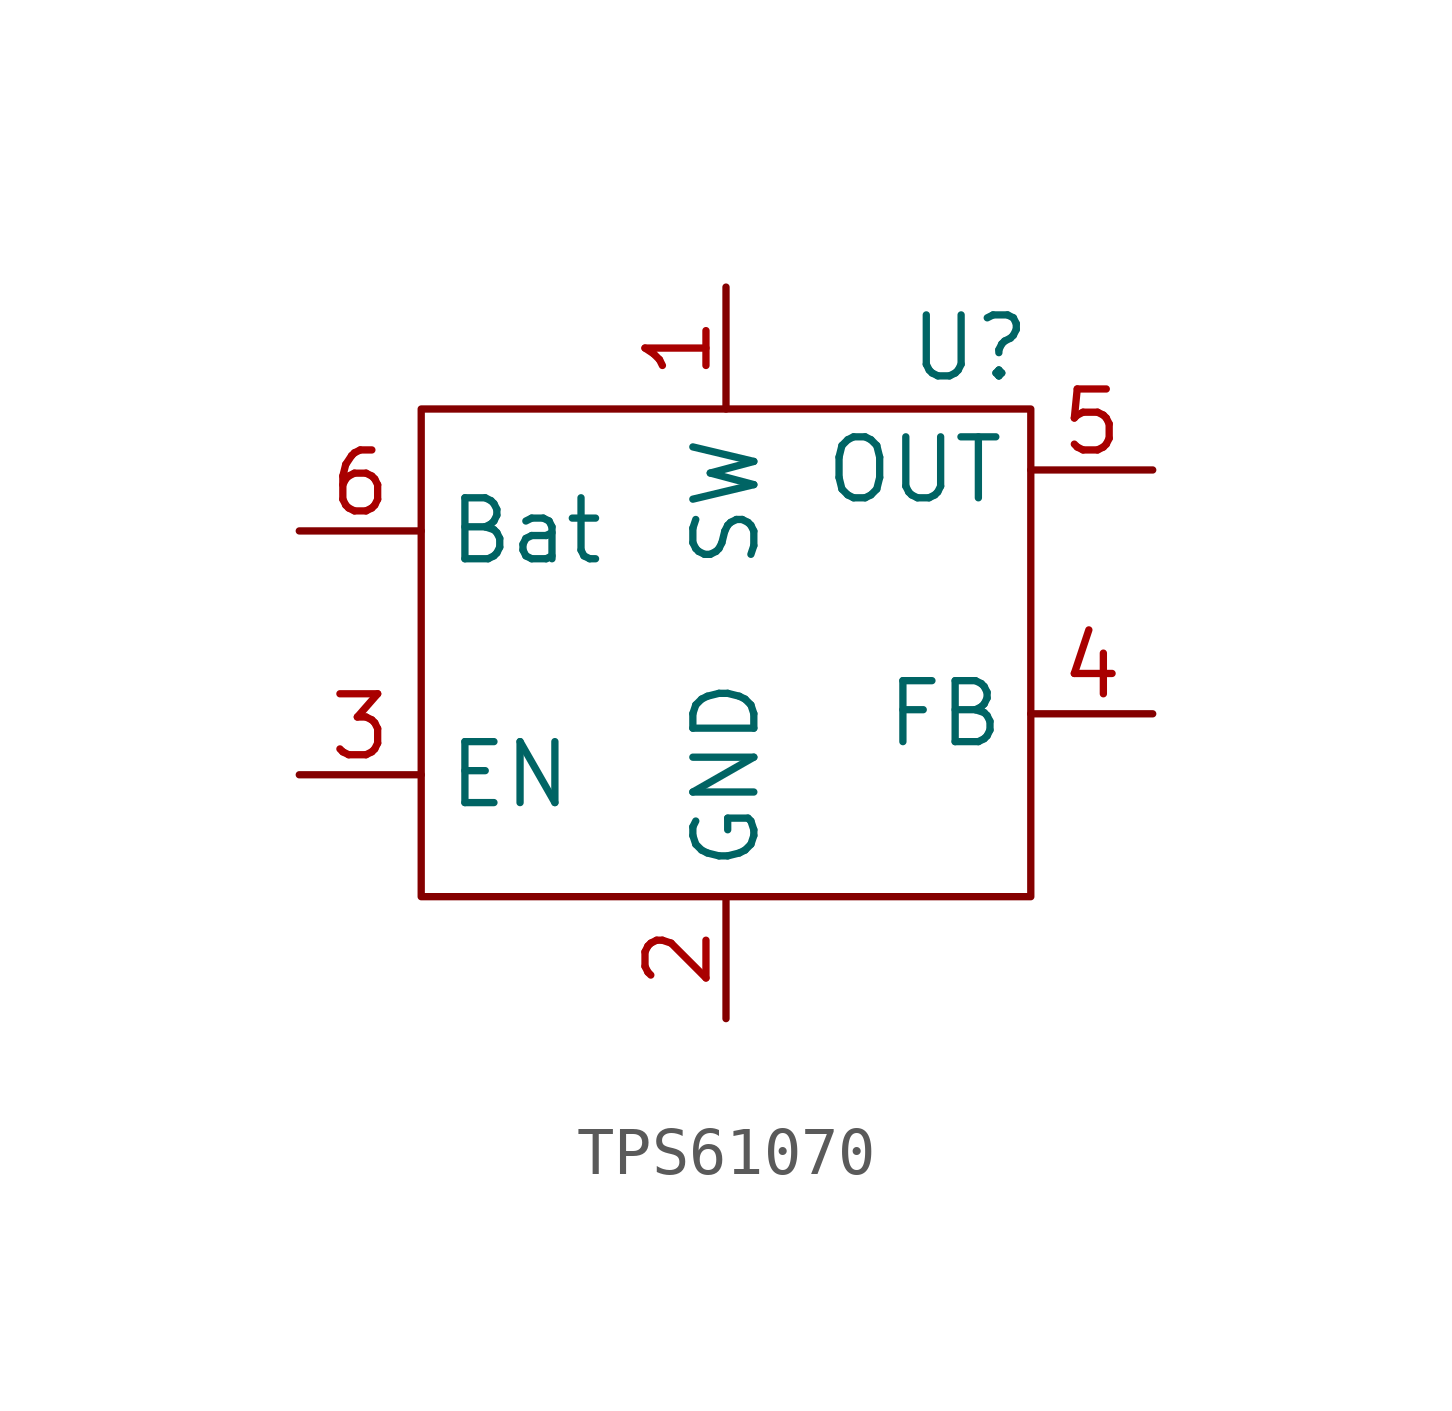
<source format=kicad_sym>
(kicad_symbol_lib
  (version 20220914)
  (generator kicad_symbol_editor)
  (symbol "TPS61070"
    (property "Reference" "U"
      (at 5.08 6.35 0)
      (effects (font (size 1.27 1.27))))
    (property "Value" ""
      (at 0 0 0)
      (effects (font (size 1.27 1.27))))
    (symbol "TPS61070_0_1"
      (rectangle (start -6.35 5.08) (end 6.35 -5.08) (stroke (width 0) (type default)) (fill (type none))))
    (symbol "TPS61070_1_1"
      (pin input line (at 0 7.62 270) (length 2.54) (name "SW" (effects (font (size 1.27 1.27)))) (number "1" (effects (font (size 1.27 1.27)))))
      (pin input line (at 0 -7.62 90) (length 2.54) (name "GND" (effects (font (size 1.27 1.27)))) (number "2" (effects (font (size 1.27 1.27)))))
      (pin input line (at -8.89 -2.54 0) (length 2.54) (name "EN" (effects (font (size 1.27 1.27)))) (number "3" (effects (font (size 1.27 1.27)))))
      (pin input line (at 8.89 -1.27 180) (length 2.54) (name "FB" (effects (font (size 1.27 1.27)))) (number "4" (effects (font (size 1.27 1.27)))))
      (pin output line (at 8.89 3.81 180) (length 2.54) (name "OUT" (effects (font (size 1.27 1.27)))) (number "5" (effects (font (size 1.27 1.27)))))
      (pin input line (at -8.89 2.54 0) (length 2.54) (name "Bat" (effects (font (size 1.27 1.27)))) (number "6" (effects (font (size 1.27 1.27))))))))
</source>
